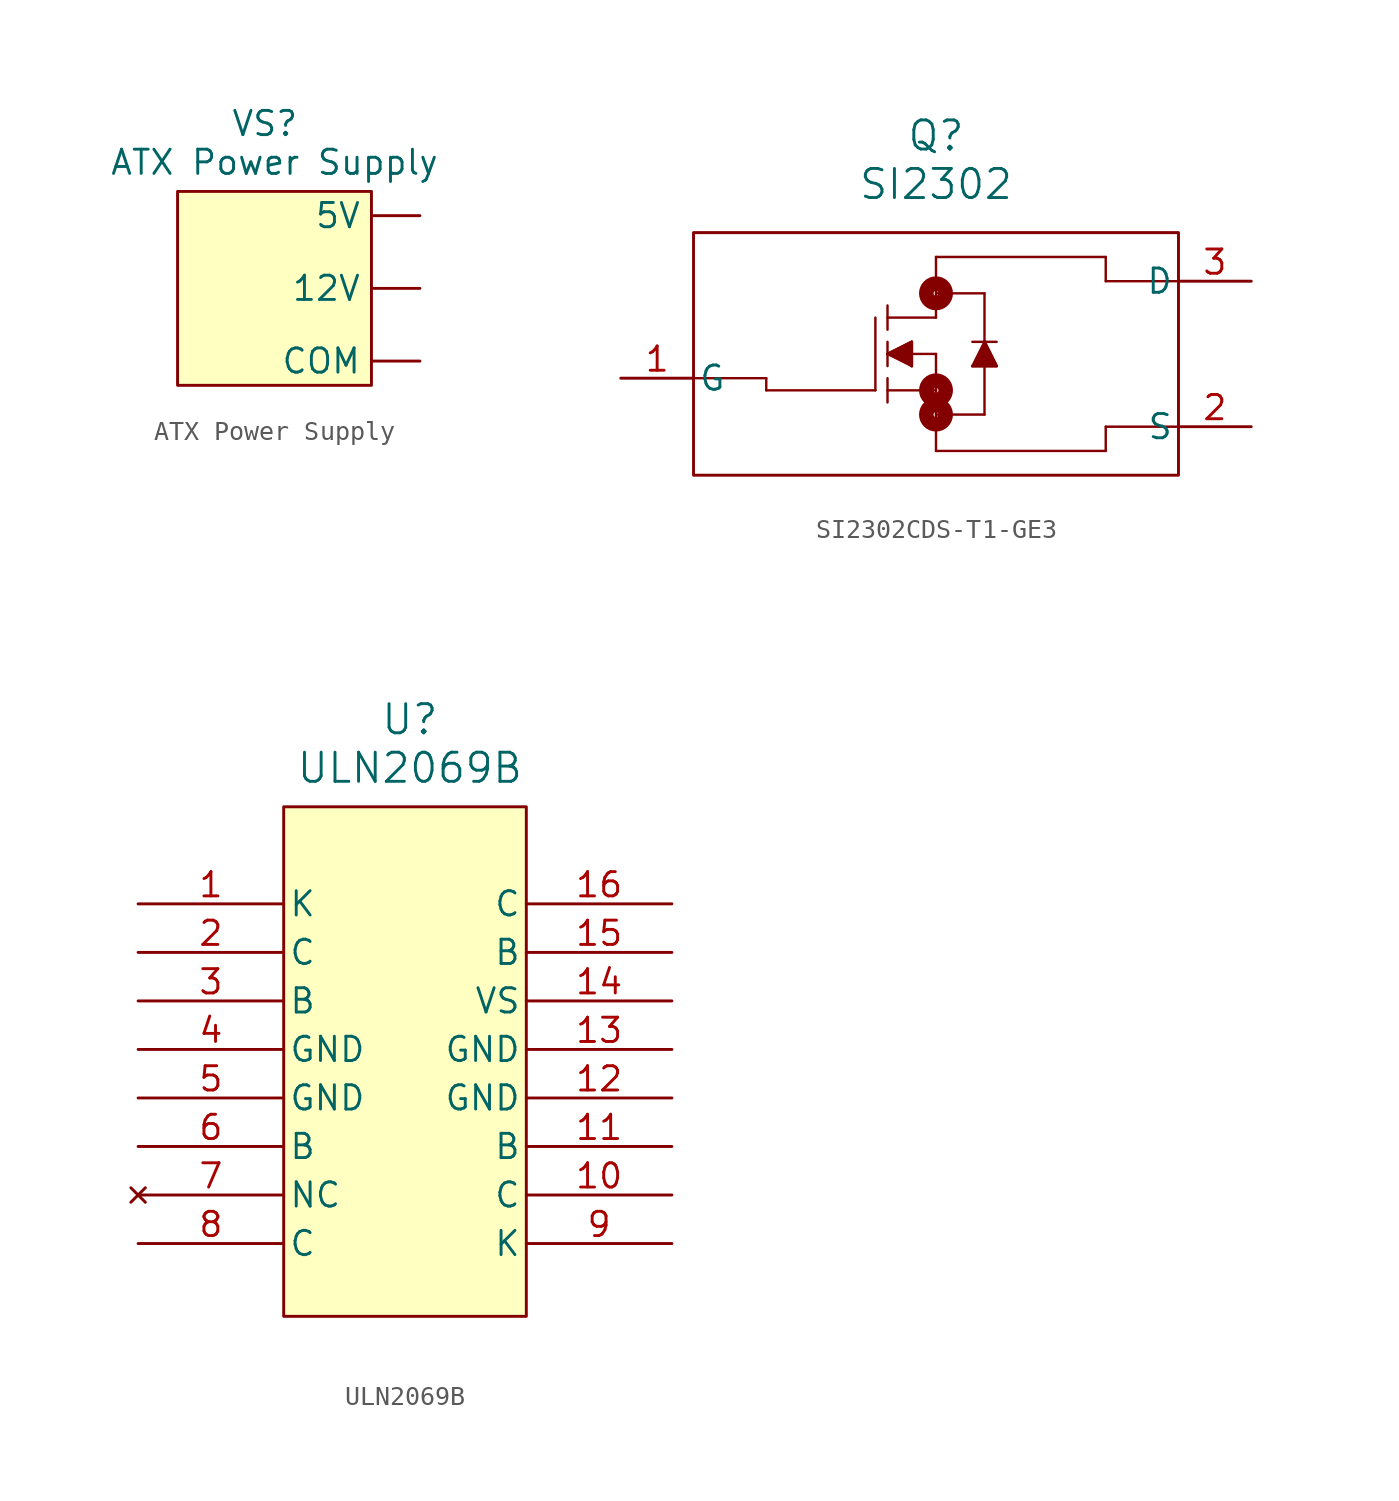
<source format=kicad_sym>
(kicad_symbol_lib
  (version 20241209)
  (generator "kicad_symbol_editor")
  (generator_version "9.0")
  (symbol "ATX Power Supply"
    (property "Reference" "VS"
      (at -0.508 8.636 0)
      (effects (font (size 1.27 1.27))))
    (property "Value" "ATX Power Supply"
      (at 0 6.604 0)
      (effects (font (size 1.27 1.27))))
    (symbol "ATX Power Supply_1_1"
      (rectangle (start -5.08 5.08) (end 5.08 -5.08) (stroke (width 0) (type solid)) (fill (type background)))
      (pin output line (at 7.62 3.81 180) (length 2.54) (name "5V" (effects (font (size 1.27 1.27)))) (number "" (effects (font (size 1.27 1.27)))))
      (pin output line (at 7.62 0 180) (length 2.54) (name "12V" (effects (font (size 1.27 1.27)))) (number "" (effects (font (size 1.27 1.27)))))
      (pin output line (at 7.62 -3.81 180) (length 2.54) (name "COM" (effects (font (size 1.27 1.27)))) (number "" (effects (font (size 1.27 1.27)))))))
  (symbol "SI2302CDS-T1-GE3"
    (pin_names
      (offset 0.254))
    (property "Reference" "Q"
      (at 20.32 12.7 0)
      (effects (font (size 1.524 1.524))))
    (property "Value" "SI2302"
      (at 20.32 10.16 0)
      (effects (font (size 1.524 1.524))))
    (property "ki_locked" ""
      (at 0 0 0)
      (effects (font (size 1.27 1.27))))
    (symbol "SI2302CDS-T1-GE3_0_1"
      (polyline (pts (xy 7.62 0) (xy 11.43 0)) (stroke (width 0.127) (type default)) (fill (type none)))
      (polyline (pts (xy 11.43 0) (xy 11.43 -0.635)) (stroke (width 0.127) (type default)) (fill (type none)))
      (polyline (pts (xy 17.145 3.175) (xy 17.145 -0.635)) (stroke (width 0.127) (type default)) (fill (type none)))
      (polyline (pts (xy 17.145 -0.635) (xy 11.43 -0.635)) (stroke (width 0.127) (type default)) (fill (type none)))
      (polyline (pts (xy 17.78 3.175) (xy 20.32 3.175)) (stroke (width 0.127) (type default)) (fill (type none)))
      (polyline (pts (xy 17.78 2.54) (xy 17.78 3.81)) (stroke (width 0.127) (type default)) (fill (type none)))
      (polyline (pts (xy 17.78 1.905) (xy 17.78 0.635)) (stroke (width 0.127) (type default)) (fill (type none)))
      (polyline (pts (xy 17.78 1.27) (xy 19.05 1.905)) (stroke (width 0.127) (type default)) (fill (type none)))
      (polyline (pts (xy 17.78 1.27) (xy 19.05 1.905) (xy 19.05 0.635)) (stroke (width 0) (type default)) (fill (type outline)))
      (polyline (pts (xy 17.78 0) (xy 17.78 -1.27)) (stroke (width 0.127) (type default)) (fill (type none)))
      (polyline (pts (xy 17.78 -0.635) (xy 20.32 -0.635)) (stroke (width 0.127) (type default)) (fill (type none)))
      (polyline (pts (xy 19.05 1.905) (xy 19.05 0.635)) (stroke (width 0.127) (type default)) (fill (type none)))
      (polyline (pts (xy 19.05 0.635) (xy 17.78 1.27)) (stroke (width 0.127) (type default)) (fill (type none)))
      (polyline (pts (xy 20.32 6.35) (xy 29.21 6.35)) (stroke (width 0.127) (type default)) (fill (type none)))
      (polyline (pts (xy 20.32 4.445) (xy 22.86 4.445)) (stroke (width 0.127) (type default)) (fill (type none)))
      (circle (center 20.32 4.445) (radius 0.127) (stroke (width 0.762) (type default)) (fill (type none)))
      (polyline (pts (xy 20.32 3.175) (xy 20.32 6.35)) (stroke (width 0.127) (type default)) (fill (type none)))
      (polyline (pts (xy 20.32 1.27) (xy 17.78 1.27)) (stroke (width 0.127) (type default)) (fill (type none)))
      (polyline (pts (xy 20.32 1.27) (xy 20.32 -3.81)) (stroke (width 0.127) (type default)) (fill (type none)))
      (circle (center 20.32 -0.635) (radius 0.127) (stroke (width 0.762) (type default)) (fill (type none)))
      (polyline (pts (xy 20.32 -1.905) (xy 22.86 -1.905)) (stroke (width 0.127) (type default)) (fill (type none)))
      (circle (center 20.32 -1.905) (radius 0.127) (stroke (width 0.762) (type default)) (fill (type none)))
      (polyline (pts (xy 22.225 1.905) (xy 23.495 1.905)) (stroke (width 0.127) (type default)) (fill (type none)))
      (polyline (pts (xy 22.225 0.635) (xy 23.495 0.635)) (stroke (width 0.127) (type default)) (fill (type none)))
      (polyline (pts (xy 22.225 0.635) (xy 23.495 0.635) (xy 22.86 1.905)) (stroke (width 0) (type default)) (fill (type outline)))
      (polyline (pts (xy 22.86 1.905) (xy 22.225 0.635)) (stroke (width 0.127) (type default)) (fill (type none)))
      (polyline (pts (xy 22.86 -1.905) (xy 22.86 4.445)) (stroke (width 0.127) (type default)) (fill (type none)))
      (polyline (pts (xy 23.495 0.635) (xy 22.86 1.905)) (stroke (width 0.127) (type default)) (fill (type none)))
      (polyline (pts (xy 29.21 6.35) (xy 29.21 5.08)) (stroke (width 0.127) (type default)) (fill (type none)))
      (polyline (pts (xy 29.21 -2.54) (xy 29.21 -3.81)) (stroke (width 0.127) (type default)) (fill (type none)))
      (polyline (pts (xy 29.21 -2.54) (xy 33.02 -2.54)) (stroke (width 0.127) (type default)) (fill (type none)))
      (polyline (pts (xy 29.21 -3.81) (xy 20.32 -3.81)) (stroke (width 0.127) (type default)) (fill (type none)))
      (polyline (pts (xy 33.02 5.08) (xy 29.21 5.08)) (stroke (width 0.127) (type default)) (fill (type none)))
      (pin unspecified line (at 3.81 0 0) (length 3.81) (name "G" (effects (font (size 1.27 1.27)))) (number "1" (effects (font (size 1.27 1.27)))))
      (pin unspecified line (at 36.83 5.08 180) (length 3.81) (name "D" (effects (font (size 1.27 1.27)))) (number "3" (effects (font (size 1.27 1.27)))))
      (pin unspecified line (at 36.83 -2.54 180) (length 3.81) (name "S" (effects (font (size 1.27 1.27)))) (number "2" (effects (font (size 1.27 1.27))))))
    (symbol "SI2302CDS-T1-GE3_1_1"
      (rectangle (start 7.62 7.62) (end 33.02 -5.08) (stroke (width 0) (type default)) (fill (type none)))
      (polyline (pts (xy 33.02 7.62) (xy 7.62 7.62)) (stroke (width 0.127) (type solid)) (fill (type background)))))
  (symbol "ULN2069B"
    (pin_names
      (offset 0.254))
    (property "Reference" "U"
      (at 14.224 9.652 0)
      (effects (font (size 1.524 1.524))))
    (property "Value" "ULN2069B"
      (at 14.224 7.112 0)
      (effects (font (size 1.524 1.524))))
    (property "ki_locked" ""
      (at 0 0 0)
      (effects (font (size 1.27 1.27))))
    (symbol "ULN2069B_0_1"
      (pin unspecified line (at 0 0 0) (length 7.62) (name "K" (effects (font (size 1.27 1.27)))) (number "1" (effects (font (size 1.27 1.27)))))
      (pin unspecified line (at 0 -2.54 0) (length 7.62) (name "C" (effects (font (size 1.27 1.27)))) (number "2" (effects (font (size 1.27 1.27)))))
      (pin unspecified line (at 0 -5.08 0) (length 7.62) (name "B" (effects (font (size 1.27 1.27)))) (number "3" (effects (font (size 1.27 1.27)))))
      (pin power_in line (at 0 -7.62 0) (length 7.62) (name "GND" (effects (font (size 1.27 1.27)))) (number "4" (effects (font (size 1.27 1.27)))))
      (pin power_in line (at 0 -10.16 0) (length 7.62) (name "GND" (effects (font (size 1.27 1.27)))) (number "5" (effects (font (size 1.27 1.27)))))
      (pin unspecified line (at 0 -12.7 0) (length 7.62) (name "B" (effects (font (size 1.27 1.27)))) (number "6" (effects (font (size 1.27 1.27)))))
      (pin no_connect line (at 0 -15.24 0) (length 7.62) (name "NC" (effects (font (size 1.27 1.27)))) (number "7" (effects (font (size 1.27 1.27)))))
      (pin unspecified line (at 0 -17.78 0) (length 7.62) (name "C" (effects (font (size 1.27 1.27)))) (number "8" (effects (font (size 1.27 1.27)))))
      (pin unspecified line (at 27.94 0 180) (length 7.62) (name "C" (effects (font (size 1.27 1.27)))) (number "16" (effects (font (size 1.27 1.27)))))
      (pin unspecified line (at 27.94 -2.54 180) (length 7.62) (name "B" (effects (font (size 1.27 1.27)))) (number "15" (effects (font (size 1.27 1.27)))))
      (pin power_in line (at 27.94 -5.08 180) (length 7.62) (name "VS" (effects (font (size 1.27 1.27)))) (number "14" (effects (font (size 1.27 1.27)))))
      (pin power_in line (at 27.94 -7.62 180) (length 7.62) (name "GND" (effects (font (size 1.27 1.27)))) (number "13" (effects (font (size 1.27 1.27)))))
      (pin power_in line (at 27.94 -10.16 180) (length 7.62) (name "GND" (effects (font (size 1.27 1.27)))) (number "12" (effects (font (size 1.27 1.27)))))
      (pin unspecified line (at 27.94 -12.7 180) (length 7.62) (name "B" (effects (font (size 1.27 1.27)))) (number "11" (effects (font (size 1.27 1.27)))))
      (pin unspecified line (at 27.94 -15.24 180) (length 7.62) (name "C" (effects (font (size 1.27 1.27)))) (number "10" (effects (font (size 1.27 1.27)))))
      (pin unspecified line (at 27.94 -17.78 180) (length 7.62) (name "K" (effects (font (size 1.27 1.27)))) (number "9" (effects (font (size 1.27 1.27))))))
    (symbol "ULN2069B_1_1"
      (rectangle (start 7.62 5.08) (end 20.32 -21.59) (stroke (width 0) (type solid)) (fill (type background))))))
</source>
